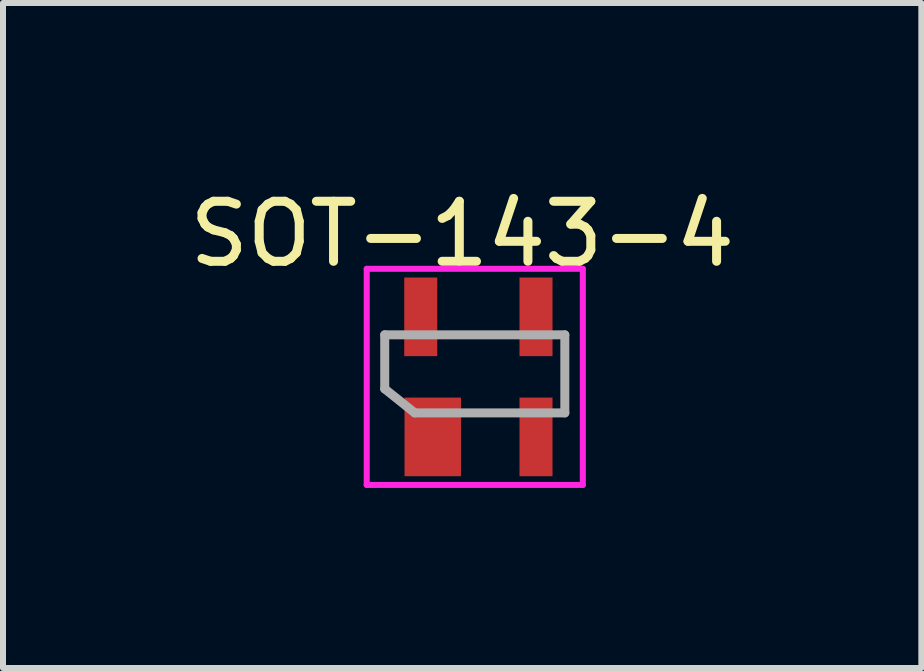
<source format=kicad_pcb>
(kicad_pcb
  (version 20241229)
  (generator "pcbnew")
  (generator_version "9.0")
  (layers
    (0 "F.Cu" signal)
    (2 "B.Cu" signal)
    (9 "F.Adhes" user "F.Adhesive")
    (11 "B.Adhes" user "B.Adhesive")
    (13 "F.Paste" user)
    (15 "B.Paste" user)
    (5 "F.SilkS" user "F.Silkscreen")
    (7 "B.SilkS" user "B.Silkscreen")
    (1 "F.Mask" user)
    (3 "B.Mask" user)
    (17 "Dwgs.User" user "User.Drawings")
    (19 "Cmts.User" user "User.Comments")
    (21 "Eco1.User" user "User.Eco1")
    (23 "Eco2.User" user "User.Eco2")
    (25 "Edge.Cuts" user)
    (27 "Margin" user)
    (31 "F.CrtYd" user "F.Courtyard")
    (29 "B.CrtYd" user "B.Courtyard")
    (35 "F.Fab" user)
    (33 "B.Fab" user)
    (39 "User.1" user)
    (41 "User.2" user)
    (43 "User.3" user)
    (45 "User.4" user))
  (footprint "SOT-143-4"
    (layer "F.Cu")
    (at 3.959 4.228)
    (property "Reference" "SOT-143-4" (at 0.69 -3.38 0) (layer "F.SilkS") (effects (font (size 1 1) (thickness 0.15))))
    (attr through_hole)
    (fp_line (start -0.9 -2.8) (end 2.7 -2.8) (stroke (width 0.1) (type solid)) (layer "F.CrtYd"))
    (fp_line (start -0.9 0.8) (end -0.9 -2.8) (stroke (width 0.1) (type solid)) (layer "F.CrtYd"))
    (fp_line (start 2.7 -2.8) (end 2.7 0.8) (stroke (width 0.1) (type solid)) (layer "F.CrtYd"))
    (fp_line (start 2.7 0.8) (end -0.9 0.8) (stroke (width 0.1) (type solid)) (layer "F.CrtYd"))
    (fp_line (start -0.6 -1.7) (end 2.4 -1.7) (stroke (width 0.15) (type solid)) (layer "F.Fab"))
    (fp_line (start -0.6 -0.8) (end -0.6 -1.7) (stroke (width 0.15) (type solid)) (layer "F.Fab"))
    (fp_line (start -0.1 -0.4) (end -0.6 -0.8) (stroke (width 0.15) (type solid)) (layer "F.Fab"))
    (fp_line (start 2.4 -1.7) (end 2.4 -0.4) (stroke (width 0.15) (type solid)) (layer "F.Fab"))
    (fp_line (start 2.4 -0.4) (end -0.1 -0.4) (stroke (width 0.15) (type solid)) (layer "F.Fab"))
    (pad "1" smd rect (at 0.2 0) (size 0.94 1.31) (layers "F.Cu" "F.Mask" "F.Paste"))
    (pad "2" smd rect (at 1.92 0) (size 0.55 1.31) (layers "F.Cu" "F.Mask" "F.Paste"))
    (pad "3" smd rect (at 1.92 -2) (size 0.55 1.31) (layers "F.Cu" "F.Mask" "F.Paste"))
    (pad "4" smd rect (at 0 -2) (size 0.55 1.31) (layers "F.Cu" "F.Mask" "F.Paste")))
  (gr_rect
    (start -3 -3)
    (end 12.298 8.078)
    (stroke (width 0.1) (type default))
    (fill no)
    (layer "Edge.Cuts")))
</source>
